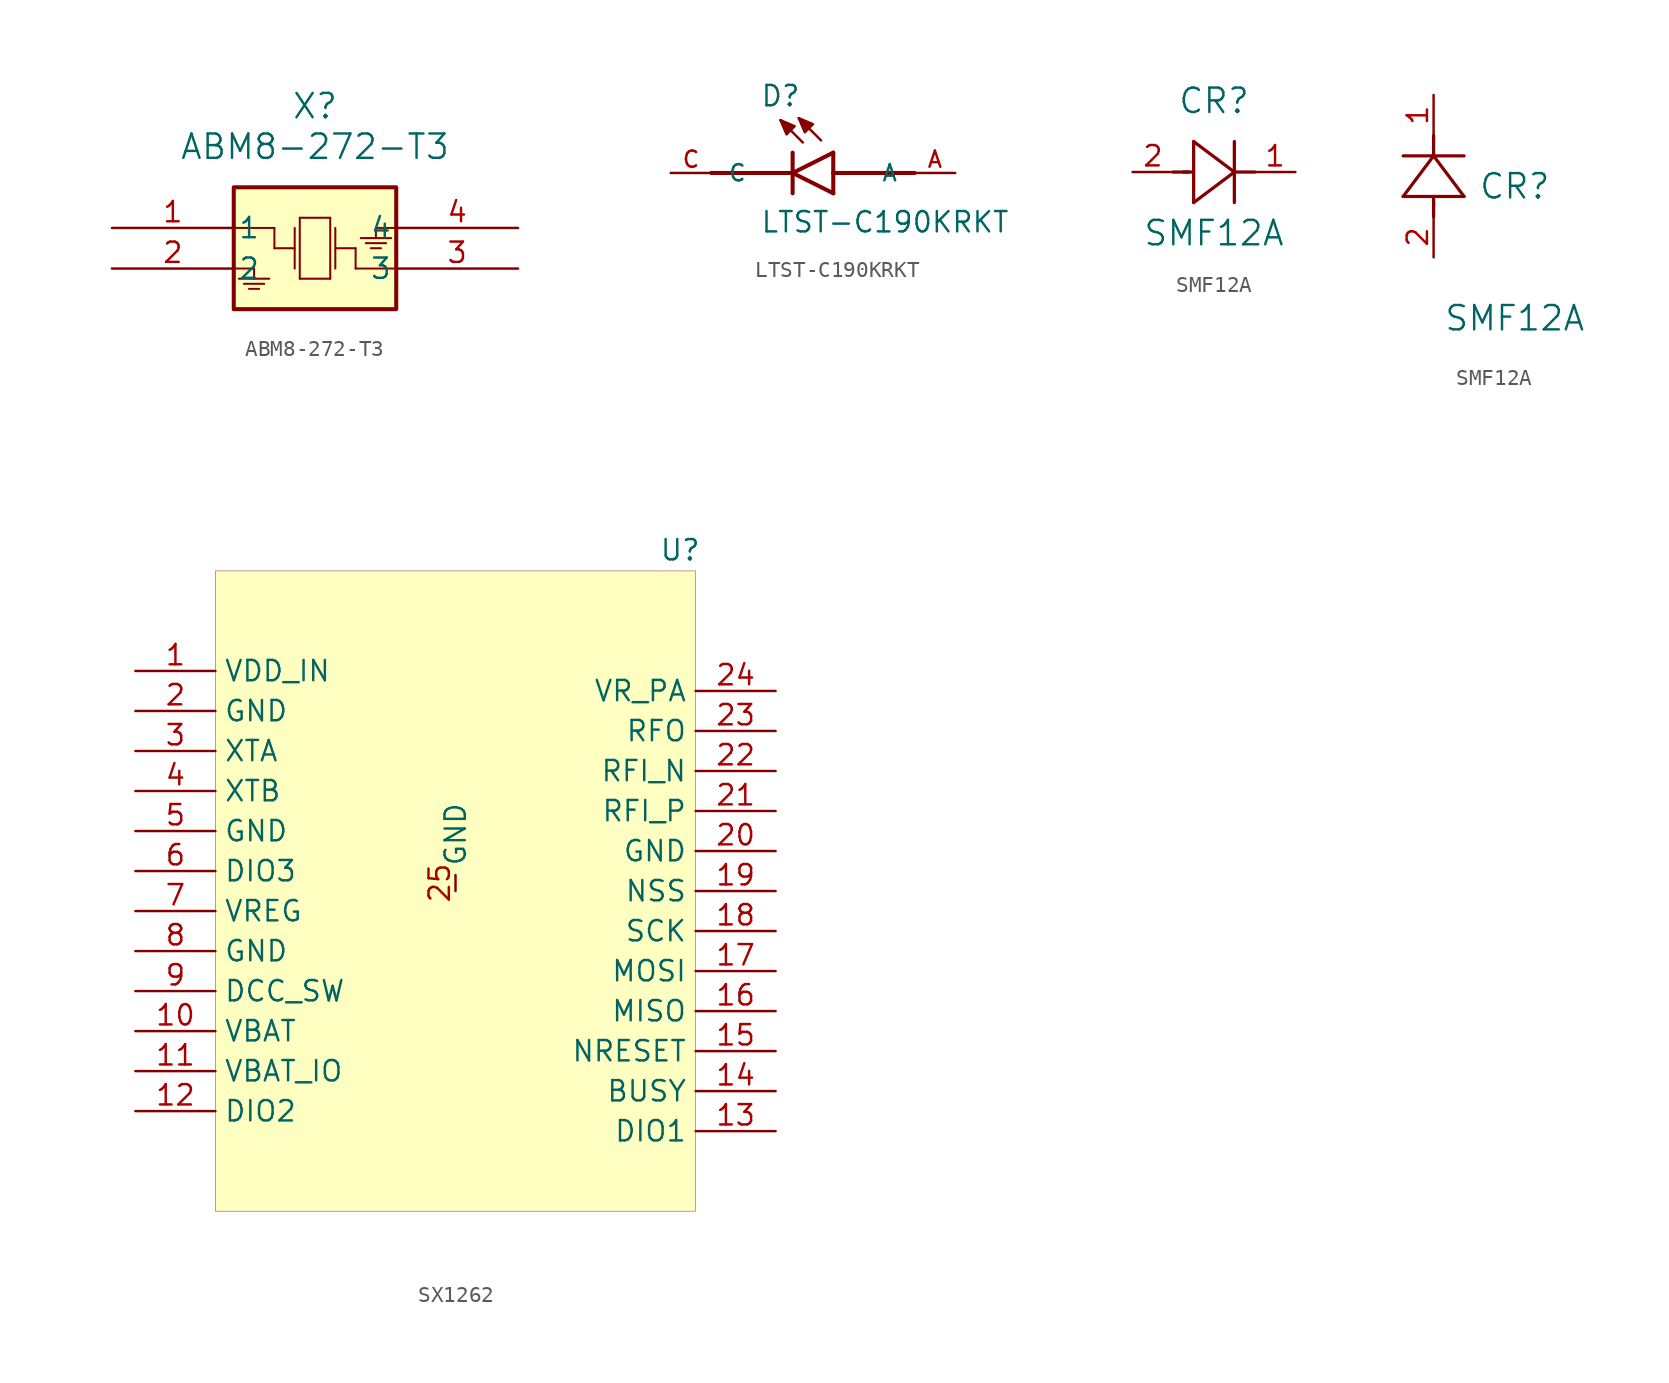
<source format=kicad_sym>
(kicad_symbol_lib
  (version 20231120)
  (generator "kicad_symbol_editor")
  (generator_version "8.0")
  (symbol "ABM8-272-T3"
    (pin_names
      (offset 0.254))
    (property "Reference" "X"
      (at 12.7 7.62 0)
      (effects (font (size 1.524 1.524))))
    (property "Value" "ABM8-272-T3"
      (at 12.7 5.08 0)
      (effects (font (size 1.524 1.524))))
    (property "ki_locked" ""
      (at 0 0 0)
      (effects (font (size 1.27 1.27))))
    (symbol "ABM8-272-T3_0_0"
      (rectangle (start 7.62 2.54) (end 17.78 -5.08) (stroke (width 0.254) (type default)) (fill (type background))))
    (symbol "ABM8-272-T3_0_1"
      (polyline (pts (xy 7.62 -5.08) (xy 17.78 -5.08)) (stroke (width 0.127) (type default)) (fill (type none)))
      (polyline (pts (xy 7.62 -2.54) (xy 8.89 -2.54)) (stroke (width 0.127) (type default)) (fill (type none)))
      (polyline (pts (xy 7.62 2.54) (xy 7.62 -5.08)) (stroke (width 0.127) (type default)) (fill (type none)))
      (polyline (pts (xy 7.938 -3.175) (xy 9.842 -3.175)) (stroke (width 0.127) (type default)) (fill (type none)))
      (polyline (pts (xy 8.255 -3.493) (xy 9.525 -3.493)) (stroke (width 0.127) (type default)) (fill (type none)))
      (polyline (pts (xy 8.572 -3.81) (xy 9.207 -3.81)) (stroke (width 0.127) (type default)) (fill (type none)))
      (polyline (pts (xy 8.89 -2.54) (xy 8.89 -3.175)) (stroke (width 0.127) (type default)) (fill (type none)))
      (polyline (pts (xy 10.16 -1.27) (xy 10.16 0)) (stroke (width 0.127) (type default)) (fill (type none)))
      (polyline (pts (xy 10.16 0) (xy 7.62 0)) (stroke (width 0.127) (type default)) (fill (type none)))
      (polyline (pts (xy 11.43 -1.27) (xy 10.16 -1.27)) (stroke (width 0.127) (type default)) (fill (type none)))
      (polyline (pts (xy 11.43 0) (xy 11.43 -2.54)) (stroke (width 0.127) (type default)) (fill (type none)))
      (polyline (pts (xy 11.748 -3.175) (xy 13.652 -3.175)) (stroke (width 0.127) (type default)) (fill (type none)))
      (polyline (pts (xy 11.748 0.635) (xy 11.748 -3.175)) (stroke (width 0.127) (type default)) (fill (type none)))
      (polyline (pts (xy 13.652 -3.175) (xy 13.652 0.635)) (stroke (width 0.127) (type default)) (fill (type none)))
      (polyline (pts (xy 13.652 0.635) (xy 11.748 0.635)) (stroke (width 0.127) (type default)) (fill (type none)))
      (polyline (pts (xy 13.97 -1.27) (xy 15.24 -1.27)) (stroke (width 0.127) (type default)) (fill (type none)))
      (polyline (pts (xy 13.97 0) (xy 13.97 -2.54)) (stroke (width 0.127) (type default)) (fill (type none)))
      (polyline (pts (xy 15.24 -2.54) (xy 17.78 -2.54)) (stroke (width 0.127) (type default)) (fill (type none)))
      (polyline (pts (xy 15.24 -1.27) (xy 15.24 -2.54)) (stroke (width 0.127) (type default)) (fill (type none)))
      (polyline (pts (xy 16.51 0) (xy 16.51 -0.635)) (stroke (width 0.127) (type default)) (fill (type none)))
      (polyline (pts (xy 16.828 -1.27) (xy 16.192 -1.27)) (stroke (width 0.127) (type default)) (fill (type none)))
      (polyline (pts (xy 17.145 -0.953) (xy 15.875 -0.953)) (stroke (width 0.127) (type default)) (fill (type none)))
      (polyline (pts (xy 17.462 -0.635) (xy 15.557 -0.635)) (stroke (width 0.127) (type default)) (fill (type none)))
      (polyline (pts (xy 17.78 -5.08) (xy 17.78 2.54)) (stroke (width 0.127) (type default)) (fill (type none)))
      (polyline (pts (xy 17.78 0) (xy 16.51 0)) (stroke (width 0.127) (type default)) (fill (type none)))
      (polyline (pts (xy 17.78 2.54) (xy 7.62 2.54)) (stroke (width 0.127) (type default)) (fill (type none)))
      (pin unspecified line (at 0 0 0) (length 7.62) (name "1" (effects (font (size 1.27 1.27)))) (number "1" (effects (font (size 1.27 1.27)))))
      (pin unspecified line (at 0 -2.54 0) (length 7.62) (name "2" (effects (font (size 1.27 1.27)))) (number "2" (effects (font (size 1.27 1.27)))))
      (pin unspecified line (at 25.4 -2.54 180) (length 7.62) (name "3" (effects (font (size 1.27 1.27)))) (number "3" (effects (font (size 1.27 1.27)))))
      (pin unspecified line (at 25.4 0 180) (length 7.62) (name "4" (effects (font (size 1.27 1.27)))) (number "4" (effects (font (size 1.27 1.27)))))))
  (symbol "LTST-C190KRKT"
    (pin_names
      (offset 1.016))
    (property "Reference" "D"
      (at -2.035 4.07 0)
      (effects (font (size 1.27 1.27)) (justify left bottom)))
    (property "Value" "LTST-C190KRKT"
      (at -2.034 -3.813 0)
      (effects (font (size 1.27 1.27)) (justify left bottom)))
    (symbol "LTST-C190KRKT_0_0"
      (polyline (pts (xy -5.08 0) (xy 0 0)) (stroke (width 0.254) (type default)) (fill (type none)))
      (polyline (pts (xy 0 -1.27) (xy 0 0)) (stroke (width 0.254) (type default)) (fill (type none)))
      (polyline (pts (xy 0 0) (xy 0 1.27)) (stroke (width 0.254) (type default)) (fill (type none)))
      (polyline (pts (xy 0 0) (xy 2.54 1.27)) (stroke (width 0.254) (type default)) (fill (type none)))
      (polyline (pts (xy 0.635 1.905) (xy -0.762 3.302)) (stroke (width 0.152) (type default)) (fill (type none)))
      (polyline (pts (xy 1.778 2.032) (xy 0.381 3.429)) (stroke (width 0.152) (type default)) (fill (type none)))
      (polyline (pts (xy 2.54 -1.27) (xy 0 0)) (stroke (width 0.254) (type default)) (fill (type none)))
      (polyline (pts (xy 2.54 -1.27) (xy 2.54 0)) (stroke (width 0.254) (type default)) (fill (type none)))
      (polyline (pts (xy 2.54 0) (xy 2.54 1.27)) (stroke (width 0.254) (type default)) (fill (type none)))
      (polyline (pts (xy 2.54 0) (xy 7.62 0)) (stroke (width 0.254) (type default)) (fill (type none)))
      (polyline (pts (xy -0.762 3.302) (xy 0.127 2.921) (xy -0.381 2.413) (xy -0.762 3.302)) (stroke (width 0.152) (type default)) (fill (type outline)))
      (polyline (pts (xy 0.381 3.429) (xy 1.27 3.048) (xy 0.762 2.54) (xy 0.381 3.429)) (stroke (width 0.152) (type default)) (fill (type outline)))
      (pin passive line (at 10.16 0 180) (length 2.54) (name "A" (effects (font (size 1.016 1.016)))) (number "A" (effects (font (size 1.016 1.016)))))
      (pin passive line (at -7.62 0 0) (length 2.54) (name "C" (effects (font (size 1.016 1.016)))) (number "C" (effects (font (size 1.016 1.016)))))))
  (symbol "SMF12A"
    (pin_names
      (offset 0.254))
    (property "Reference" "CR"
      (at 5.08 4.445 0)
      (effects (font (size 1.524 1.524))))
    (property "Value" "SMF12A"
      (at 5.08 -3.81 0)
      (effects (font (size 1.524 1.524))))
    (property "ki_locked" ""
      (at 0 0 0)
      (effects (font (size 1.27 1.27))))
    (symbol "SMF12A_1_1"
      (polyline (pts (xy 2.54 0) (xy 3.48 0)) (stroke (width 0.203) (type default)) (fill (type none)))
      (polyline (pts (xy 3.175 0) (xy 3.81 0)) (stroke (width 0.203) (type default)) (fill (type none)))
      (polyline (pts (xy 3.81 -1.905) (xy 6.35 0)) (stroke (width 0.203) (type default)) (fill (type none)))
      (polyline (pts (xy 3.81 1.905) (xy 3.81 -1.905)) (stroke (width 0.203) (type default)) (fill (type none)))
      (polyline (pts (xy 6.35 -1.905) (xy 6.35 1.905)) (stroke (width 0.203) (type default)) (fill (type none)))
      (polyline (pts (xy 6.35 0) (xy 3.81 1.905)) (stroke (width 0.203) (type default)) (fill (type none)))
      (polyline (pts (xy 6.35 0) (xy 7.62 0)) (stroke (width 0.203) (type default)) (fill (type none)))
      (pin unspecified line (at 10.16 0 180) (length 2.54) (name "" (effects (font (size 1.27 1.27)))) (number "1" (effects (font (size 1.27 1.27)))))
      (pin unspecified line (at 0 0 0) (length 2.54) (name "" (effects (font (size 1.27 1.27)))) (number "2" (effects (font (size 1.27 1.27))))))
    (symbol "SMF12A_1_2"
      (polyline (pts (xy -1.905 3.81) (xy 1.905 3.81)) (stroke (width 0.203) (type default)) (fill (type none)))
      (polyline (pts (xy 0 2.54) (xy 0 3.48)) (stroke (width 0.203) (type default)) (fill (type none)))
      (polyline (pts (xy 0 3.175) (xy 0 3.81)) (stroke (width 0.203) (type default)) (fill (type none)))
      (polyline (pts (xy 0 6.35) (xy -1.905 3.81)) (stroke (width 0.203) (type default)) (fill (type none)))
      (polyline (pts (xy 0 6.35) (xy 0 7.62)) (stroke (width 0.203) (type default)) (fill (type none)))
      (polyline (pts (xy 1.905 3.81) (xy 0 6.35)) (stroke (width 0.203) (type default)) (fill (type none)))
      (polyline (pts (xy 1.905 6.35) (xy -1.905 6.35)) (stroke (width 0.203) (type default)) (fill (type none)))
      (pin unspecified line (at 0 10.16 270) (length 2.54) (name "" (effects (font (size 1.27 1.27)))) (number "1" (effects (font (size 1.27 1.27)))))
      (pin unspecified line (at 0 0 90) (length 2.54) (name "" (effects (font (size 1.27 1.27)))) (number "2" (effects (font (size 1.27 1.27)))))))
  (symbol "SX1262"
    (property "Reference" "U"
      (at 13.716 21.082 0)
      (effects (font (size 1.27 1.27))))
    (property "Value" ""
      (at 0 0 0)
      (effects (font (size 1.27 1.27))))
    (symbol "SX1262_1_0"
      (rectangle (start 14.68 19.78) (end -15.32 -20.22) (stroke (width 0.025) (type solid) (color 128 0 0 1)) (fill (type background)))
      (pin power_in line (at -20.32 13.53 0) (length 5) (name "VDD_IN" (effects (font (size 1.27 1.27)))) (number "1" (effects (font (size 1.27 1.27)))))
      (pin power_in line (at -20.32 -8.97 0) (length 5) (name "VBAT" (effects (font (size 1.27 1.27)))) (number "10" (effects (font (size 1.27 1.27)))))
      (pin power_in line (at -20.32 -11.47 0) (length 5) (name "VBAT_IO" (effects (font (size 1.27 1.27)))) (number "11" (effects (font (size 1.27 1.27)))))
      (pin passive line (at -20.32 -13.97 0) (length 5) (name "DIO2" (effects (font (size 1.27 1.27)))) (number "12" (effects (font (size 1.27 1.27)))))
      (pin passive line (at 19.68 -15.22 180) (length 5) (name "DIO1" (effects (font (size 1.27 1.27)))) (number "13" (effects (font (size 1.27 1.27)))))
      (pin passive line (at 19.68 -12.72 180) (length 5) (name "BUSY" (effects (font (size 1.27 1.27)))) (number "14" (effects (font (size 1.27 1.27)))))
      (pin passive line (at 19.68 -10.22 180) (length 5) (name "NRESET" (effects (font (size 1.27 1.27)))) (number "15" (effects (font (size 1.27 1.27)))))
      (pin passive line (at 19.68 -7.72 180) (length 5) (name "MISO" (effects (font (size 1.27 1.27)))) (number "16" (effects (font (size 1.27 1.27)))))
      (pin passive line (at 19.68 -5.22 180) (length 5) (name "MOSI" (effects (font (size 1.27 1.27)))) (number "17" (effects (font (size 1.27 1.27)))))
      (pin passive line (at 19.68 -2.72 180) (length 5) (name "SCK" (effects (font (size 1.27 1.27)))) (number "18" (effects (font (size 1.27 1.27)))))
      (pin passive line (at 19.68 -0.22 180) (length 5) (name "NSS" (effects (font (size 1.27 1.27)))) (number "19" (effects (font (size 1.27 1.27)))))
      (pin passive line (at -20.32 11.03 0) (length 5) (name "GND" (effects (font (size 1.27 1.27)))) (number "2" (effects (font (size 1.27 1.27)))))
      (pin passive line (at 19.68 2.28 180) (length 5) (name "GND" (effects (font (size 1.27 1.27)))) (number "20" (effects (font (size 1.27 1.27)))))
      (pin passive line (at 19.68 4.78 180) (length 5) (name "RFI_P" (effects (font (size 1.27 1.27)))) (number "21" (effects (font (size 1.27 1.27)))))
      (pin passive line (at 19.68 7.28 180) (length 5) (name "RFI_N" (effects (font (size 1.27 1.27)))) (number "22" (effects (font (size 1.27 1.27)))))
      (pin passive line (at 19.68 9.78 180) (length 5) (name "RFO" (effects (font (size 1.27 1.27)))) (number "23" (effects (font (size 1.27 1.27)))))
      (pin power_in line (at 19.68 12.28 180) (length 5) (name "VR_PA" (effects (font (size 1.27 1.27)))) (number "24" (effects (font (size 1.27 1.27)))))
      (pin passive line (at -0.32 -0.22 90) (length 1) (name "GND" (effects (font (size 1.27 1.27)))) (number "25" (effects (font (size 1.27 1.27)))))
      (pin passive line (at -20.32 8.53 0) (length 5) (name "XTA" (effects (font (size 1.27 1.27)))) (number "3" (effects (font (size 1.27 1.27)))))
      (pin passive line (at -20.32 6.03 0) (length 5) (name "XTB" (effects (font (size 1.27 1.27)))) (number "4" (effects (font (size 1.27 1.27)))))
      (pin passive line (at -20.32 3.53 0) (length 5) (name "GND" (effects (font (size 1.27 1.27)))) (number "5" (effects (font (size 1.27 1.27)))))
      (pin passive line (at -20.32 1.03 0) (length 5) (name "DIO3" (effects (font (size 1.27 1.27)))) (number "6" (effects (font (size 1.27 1.27)))))
      (pin power_in line (at -20.32 -1.47 0) (length 5) (name "VREG" (effects (font (size 1.27 1.27)))) (number "7" (effects (font (size 1.27 1.27)))))
      (pin passive line (at -20.32 -3.97 0) (length 5) (name "GND" (effects (font (size 1.27 1.27)))) (number "8" (effects (font (size 1.27 1.27)))))
      (pin power_in line (at -20.32 -6.47 0) (length 5) (name "DCC_SW" (effects (font (size 1.27 1.27)))) (number "9" (effects (font (size 1.27 1.27))))))))
</source>
